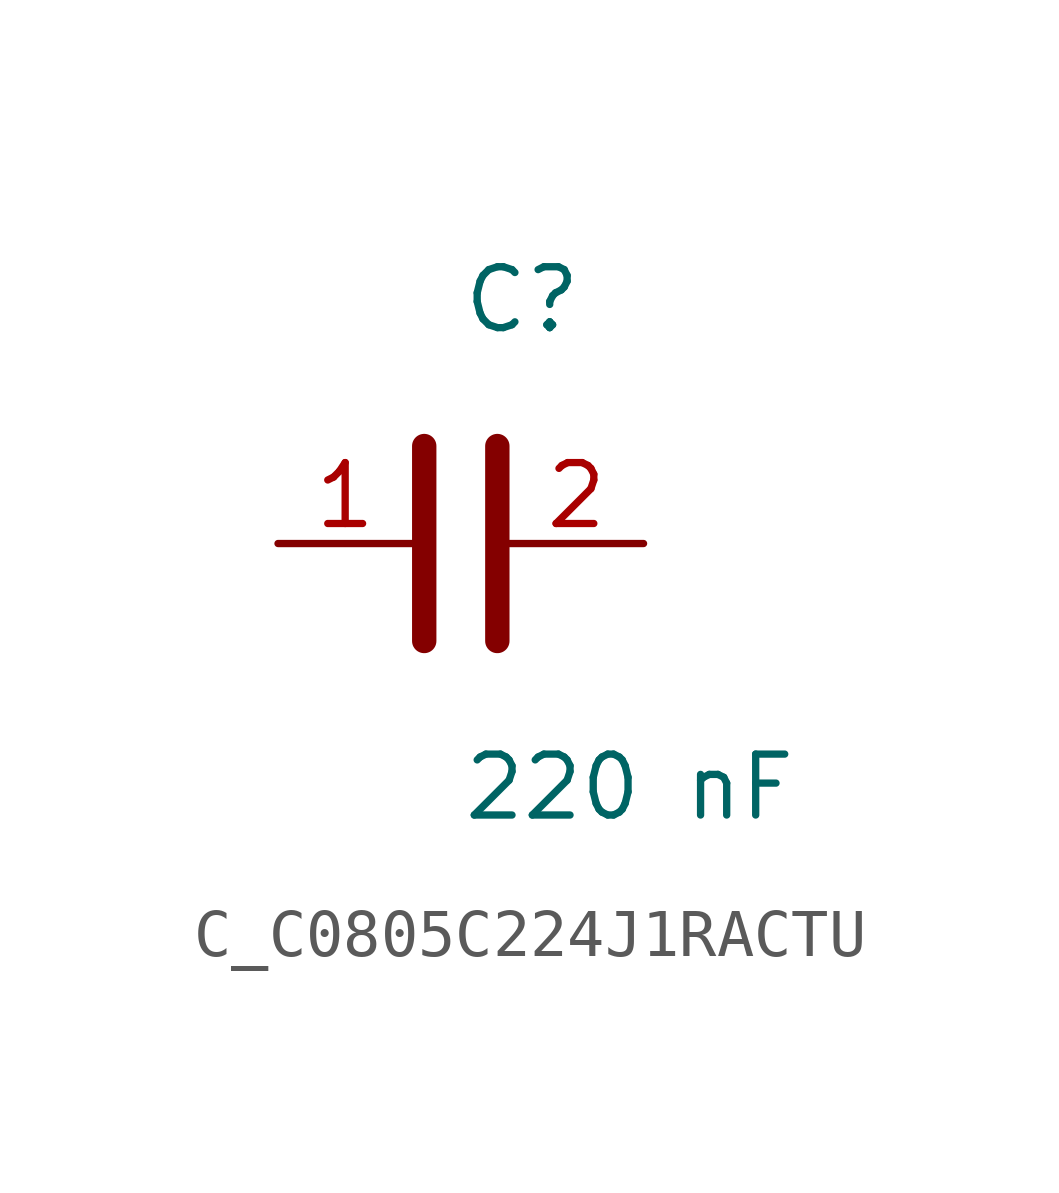
<source format=kicad_sym>
(kicad_symbol_lib
  (version 20231120)
  (generator kicad_symbol_editor)
  (generator_version 8.0)
  (symbol "C_C0805C224J1RACTU"
    (pin_names
      (offset 0.254))
    (property "Reference" "C"
      (at 0.0 5.08 0)
      (effects (font (size 1.27 1.27)) (justify left)))
    (property "Value" "220 nF"
      (at 0.0 -5.08 0)
      (effects (font (size 1.27 1.27)) (justify left)))
    (symbol "C_C0805C224J1RACTU_0_1"
      (polyline (pts (xy -0.762 -2.032) (xy -0.762 2.032)) (stroke (width 0.508) (type default)) (fill (type none)))
      (polyline (pts (xy 0.762 -2.032) (xy 0.762 2.032)) (stroke (width 0.508) (type default)) (fill (type none))))
    (pin unspecified line
      (at -3.81 0 0)
      (length 2.8)
      (name "" (effects (font (size 1.27 1.27))))
      (number "1" (effects (font (size 1.27 1.27)))))
    (pin unspecified line
      (at 3.81 0 180)
      (length 2.8)
      (name "" (effects (font (size 1.27 1.27))))
      (number "2" (effects (font (size 1.27 1.27)))))))
</source>
